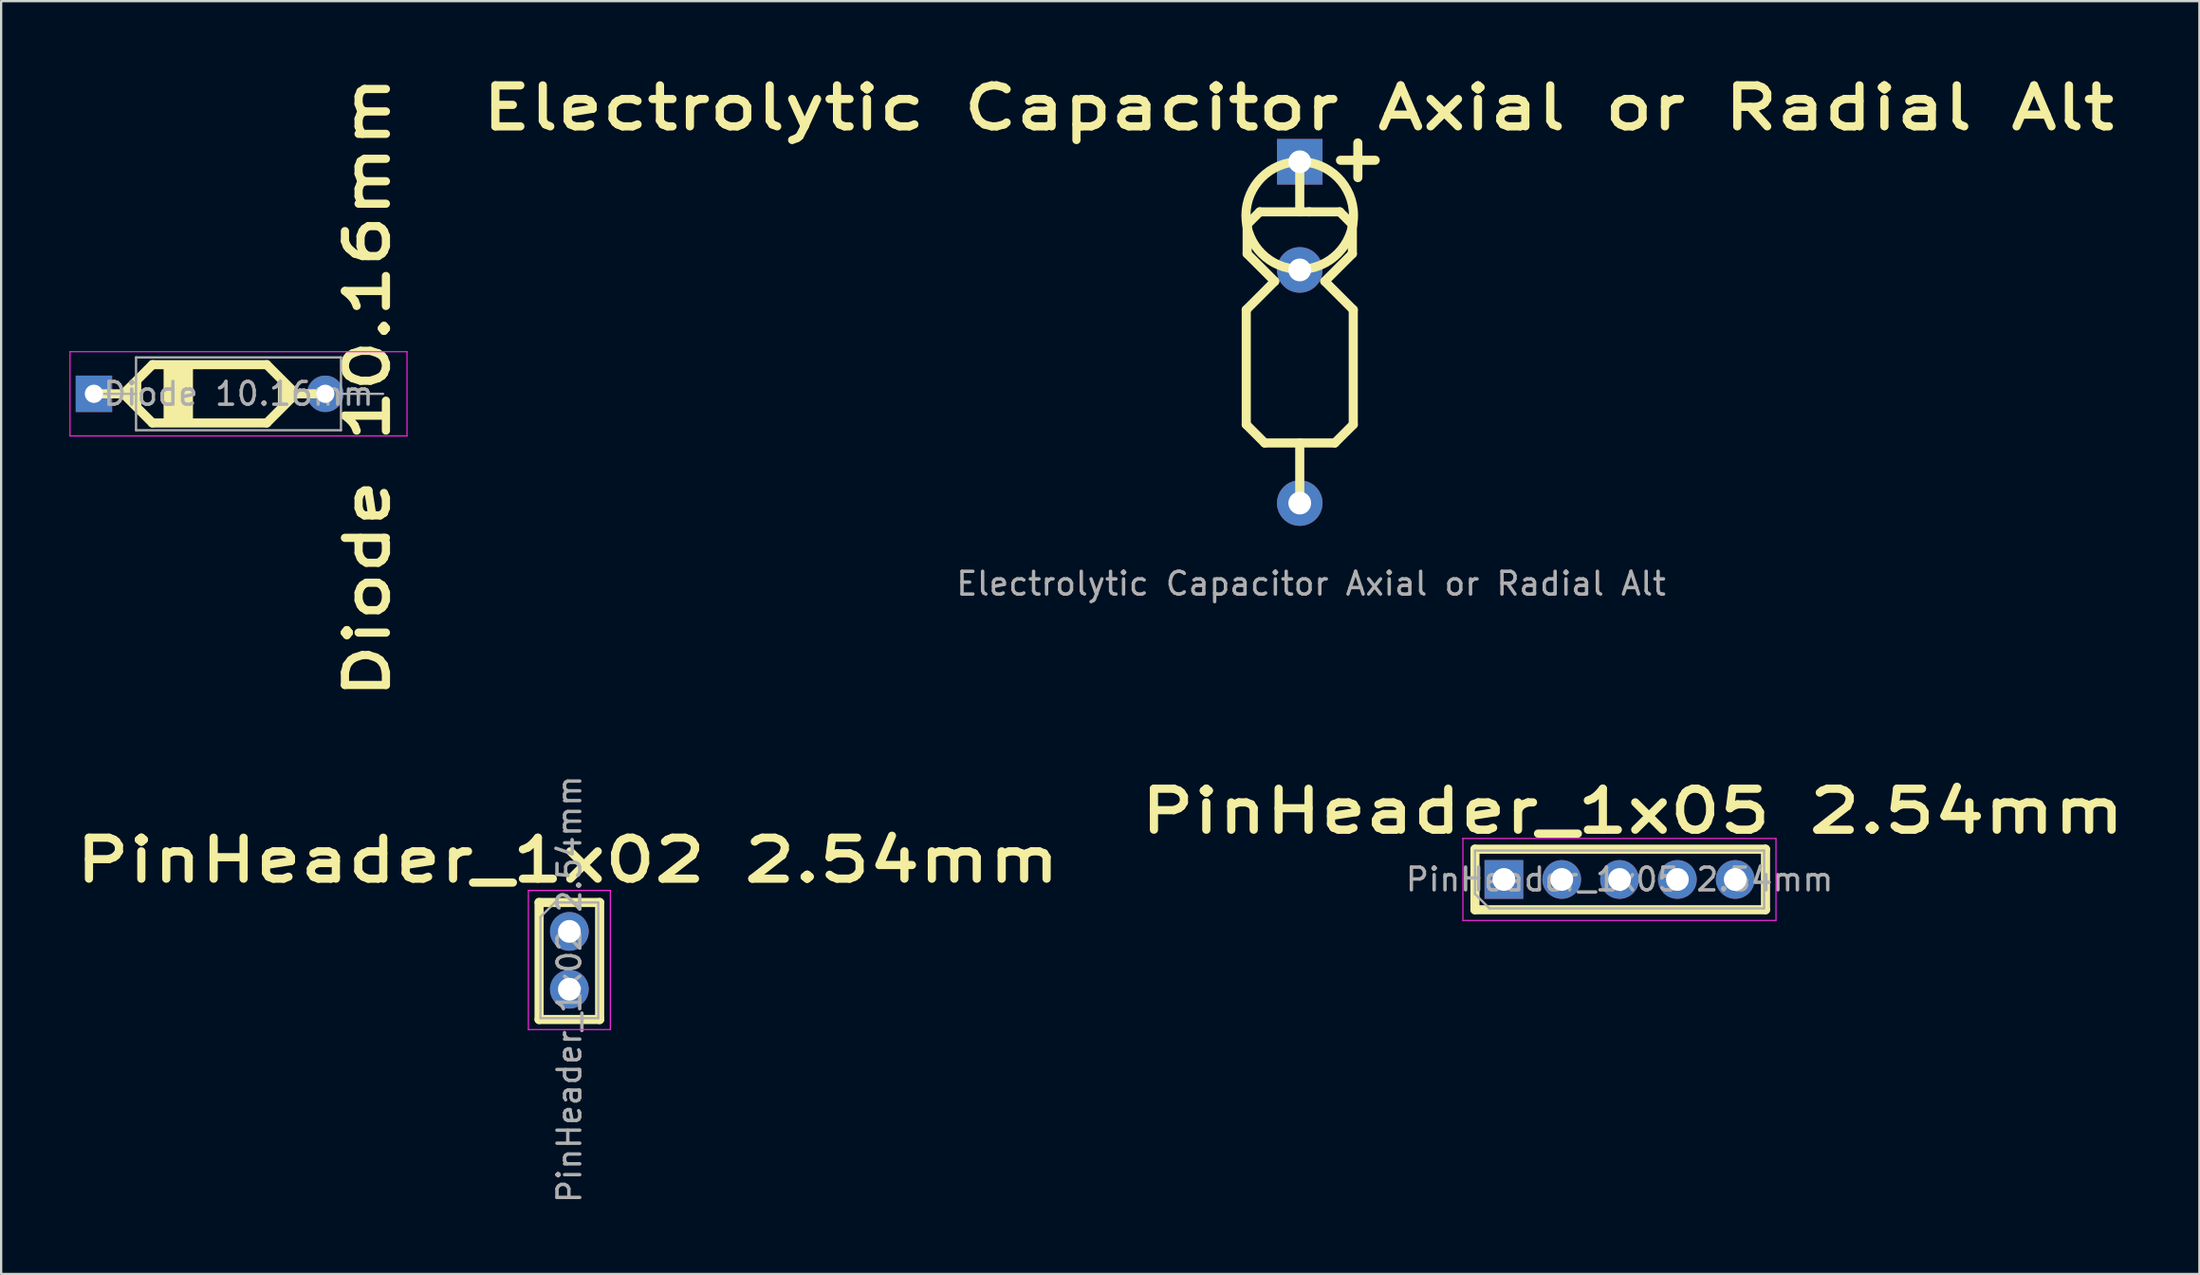
<source format=kicad_pcb>
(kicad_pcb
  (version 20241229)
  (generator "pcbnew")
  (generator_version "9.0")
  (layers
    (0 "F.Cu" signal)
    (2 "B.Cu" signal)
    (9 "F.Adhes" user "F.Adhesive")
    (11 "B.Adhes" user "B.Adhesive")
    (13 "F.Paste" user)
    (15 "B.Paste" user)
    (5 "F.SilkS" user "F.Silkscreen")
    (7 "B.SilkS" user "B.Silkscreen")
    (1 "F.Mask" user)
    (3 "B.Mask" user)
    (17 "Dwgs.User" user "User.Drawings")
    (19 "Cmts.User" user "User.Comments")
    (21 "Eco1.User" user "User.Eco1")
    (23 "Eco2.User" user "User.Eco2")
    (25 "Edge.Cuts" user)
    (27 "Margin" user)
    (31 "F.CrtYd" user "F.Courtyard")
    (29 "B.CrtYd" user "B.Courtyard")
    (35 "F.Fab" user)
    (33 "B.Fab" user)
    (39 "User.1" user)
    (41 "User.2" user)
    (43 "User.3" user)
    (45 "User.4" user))
  (footprint "Diode 10.16mm"
    (layer "F.Cu")
    (at 0.945 14.196)
    (property "Reference" "Diode 10.16mm" (at 12.14 -0.25 270) (layer "F.SilkS") (effects (font (size 1.8 2.3) (thickness 0.36) (bold yes))))
    (attr through_hole)
    (fp_line (start 0.15 0.05) (end 1.42 0.05) (stroke (width 0.4) (type default)) (layer "F.SilkS"))
    (fp_line (start 1.17 0.05) (end 1.86 0.05) (stroke (width 0.12) (type solid)) (layer "F.SilkS"))
    (fp_line (start 1.42 0.05) (end 2.7 -1.23) (stroke (width 0.4) (type default)) (layer "F.SilkS"))
    (fp_line (start 1.42 0.05) (end 2.7 1.33) (stroke (width 0.4) (type default)) (layer "F.SilkS"))
    (fp_line (start 2.7 -1.23) (end 7.72 -1.23) (stroke (width 0.4) (type default)) (layer "F.SilkS"))
    (fp_line (start 2.7 1.33) (end 7.72 1.33) (stroke (width 0.4) (type default)) (layer "F.SilkS"))
    (fp_line (start 9 0.05) (end 7.72 -1.23) (stroke (width 0.4) (type default)) (layer "F.SilkS"))
    (fp_line (start 9 0.05) (end 7.72 1.33) (stroke (width 0.4) (type default)) (layer "F.SilkS"))
    (fp_line (start 10.27 0.05) (end 9 0.05) (stroke (width 0.4) (type default)) (layer "F.SilkS"))
    (fp_rect (start 3.34 -1.22) (end 4.33 1.3) (stroke (width 0.3) (type solid)) (fill yes) (layer "F.SilkS"))
    (fp_poly (pts (xy 1.42 0.05) (xy 2.06 -0.59) (xy 2.06 0.69)) (stroke (width 0.3) (type solid)) (fill yes) (layer "F.SilkS"))
    (fp_poly (pts (xy 9 0.05) (xy 8.36 0.69) (xy 8.36 -0.59)) (stroke (width 0.3) (type solid)) (fill yes) (layer "F.SilkS"))
    (fp_line (start -0.92 -1.8) (end -0.92 1.9) (stroke (width 0.05) (type solid)) (layer "F.CrtYd"))
    (fp_line (start -0.92 1.9) (end 13.88 1.9) (stroke (width 0.05) (type solid)) (layer "F.CrtYd"))
    (fp_line (start 13.88 -1.8) (end -0.92 -1.8) (stroke (width 0.05) (type solid)) (layer "F.CrtYd"))
    (fp_line (start 13.88 1.9) (end 13.88 -1.8) (stroke (width 0.05) (type solid)) (layer "F.CrtYd"))
    (fp_line (start 0.13 0.05) (end 1.98 0.05) (stroke (width 0.1) (type solid)) (layer "F.Fab"))
    (fp_line (start 1.98 -1.55) (end 1.98 1.65) (stroke (width 0.1) (type solid)) (layer "F.Fab"))
    (fp_line (start 1.98 1.65) (end 10.98 1.65) (stroke (width 0.1) (type solid)) (layer "F.Fab"))
    (fp_line (start 10.98 -1.55) (end 1.98 -1.55) (stroke (width 0.1) (type solid)) (layer "F.Fab"))
    (fp_line (start 10.98 1.65) (end 10.98 -1.55) (stroke (width 0.1) (type solid)) (layer "F.Fab"))
    (fp_line (start 12.83 0.05) (end 10.98 0.05) (stroke (width 0.1) (type solid)) (layer "F.Fab"))
    (fp_text user "${REFERENCE}" (at 6.48 0.05 180) (layer "F.Fab") (effects (font (size 1 1) (thickness 0.15))))
    (pad "1" thru_hole rect (at 0.13 0.05) (size 1.6 1.6) (drill 0.8) (layers "*.Cu" "*.Mask"))
    (pad "2" thru_hole oval (at 10.29 0.05) (size 1.6 1.6) (drill 0.8) (layers "*.Cu" "*.Mask")))
  (footprint "PinHeader_1x02 2.54mm"
    (layer "F.Cu")
    (at 21.956 37.857)
    (property "Reference" "PinHeader_1x02 2.54mm" (at -0.07 -3.13 0) (layer "F.SilkS") (effects (font (size 1.8 2.3) (thickness 0.36) (bold yes))))
    (attr through_hole)
    (fp_line (start -1.33 -1.27) (end -1.33 3.87) (stroke (width 0.4) (type solid)) (layer "F.SilkS"))
    (fp_line (start -1.33 -1.27) (end 1.33 -1.27) (stroke (width 0.4) (type solid)) (layer "F.SilkS"))
    (fp_line (start -1.33 3.87) (end 1.33 3.87) (stroke (width 0.4) (type solid)) (layer "F.SilkS"))
    (fp_line (start 1.33 -1.27) (end 1.33 3.87) (stroke (width 0.4) (type solid)) (layer "F.SilkS"))
    (fp_line (start -1.8 -1.8) (end -1.8 4.31) (stroke (width 0.05) (type solid)) (layer "F.CrtYd"))
    (fp_line (start -1.8 4.31) (end 1.8 4.31) (stroke (width 0.05) (type solid)) (layer "F.CrtYd"))
    (fp_line (start 1.8 -1.8) (end -1.8 -1.8) (stroke (width 0.05) (type solid)) (layer "F.CrtYd"))
    (fp_line (start 1.8 4.31) (end 1.8 -1.8) (stroke (width 0.05) (type solid)) (layer "F.CrtYd"))
    (fp_line (start -1.27 -0.635) (end -0.635 -1.27) (stroke (width 0.1) (type solid)) (layer "F.Fab"))
    (fp_line (start -1.27 3.81) (end -1.27 -0.635) (stroke (width 0.1) (type solid)) (layer "F.Fab"))
    (fp_line (start -0.635 -1.27) (end 1.27 -1.27) (stroke (width 0.1) (type solid)) (layer "F.Fab"))
    (fp_line (start 1.27 -1.27) (end 1.27 3.81) (stroke (width 0.1) (type solid)) (layer "F.Fab"))
    (fp_line (start 1.27 3.81) (end -1.27 3.81) (stroke (width 0.1) (type solid)) (layer "F.Fab"))
    (fp_text user "${REFERENCE}" (at 0 2.54 90) (layer "F.Fab") (effects (font (size 1 1) (thickness 0.15))))
    (pad "1" thru_hole circle (at 0 0) (size 1.7 1.7) (drill 1) (layers "*.Cu" "*.Mask"))
    (pad "2" thru_hole oval (at 0 2.54) (size 1.7 1.7) (drill 1) (layers "*.Cu" "*.Mask")))
  (footprint "Electrolytic Capacitor Axial or Radial Alt"
    (layer "F.Cu")
    (at 54.024 4.115)
    (property "Reference" "Electrolytic Capacitor Axial or Radial Alt" (at -0.05 -2.43 0) (layer "F.SilkS") (effects (font (size 1.8 2.3) (thickness 0.36) (bold yes))))
    (attr through_hole)
    (fp_line (start -2.34 6.44) (end -1.09 5.19) (stroke (width 0.4) (type default)) (layer "F.SilkS"))
    (fp_line (start -2.34 11.48) (end -2.34 6.44) (stroke (width 0.4) (type default)) (layer "F.SilkS"))
    (fp_line (start -2.3 2.69) (end -1.75 2.14) (stroke (width 0.4) (type default)) (layer "F.SilkS"))
    (fp_line (start -2.3 3.98) (end -2.3 2.69) (stroke (width 0.4) (type default)) (layer "F.SilkS"))
    (fp_line (start -1.75 2.14) (end 0.44 2.14) (stroke (width 0.4) (type default)) (layer "F.SilkS"))
    (fp_line (start -1.53 12.29) (end -2.34 11.48) (stroke (width 0.4) (type default)) (layer "F.SilkS"))
    (fp_line (start -1.09 5.19) (end -2.3 3.98) (stroke (width 0.4) (type default)) (layer "F.SilkS"))
    (fp_line (start 0.01 -0.06) (end 0.01 2.14) (stroke (width 0.4) (type default)) (layer "F.SilkS"))
    (fp_line (start 0.01 12.29) (end -1.53 12.29) (stroke (width 0.4) (type default)) (layer "F.SilkS"))
    (fp_line (start 0.01 12.29) (end 1.55 12.29) (stroke (width 0.4) (type default)) (layer "F.SilkS"))
    (fp_line (start 0.01 14.93) (end 0.01 12.29) (stroke (width 0.4) (type default)) (layer "F.SilkS"))
    (fp_line (start 1.11 5.19) (end 2.32 3.98) (stroke (width 0.4) (type default)) (layer "F.SilkS"))
    (fp_line (start 1.55 12.29) (end 2.36 11.48) (stroke (width 0.4) (type default)) (layer "F.SilkS"))
    (fp_line (start 1.77 2.14) (end 0.41 2.14) (stroke (width 0.4) (type default)) (layer "F.SilkS"))
    (fp_line (start 2.32 2.69) (end 1.77 2.14) (stroke (width 0.4) (type default)) (layer "F.SilkS"))
    (fp_line (start 2.32 3.98) (end 2.32 2.69) (stroke (width 0.4) (type default)) (layer "F.SilkS"))
    (fp_line (start 2.36 6.44) (end 1.11 5.19) (stroke (width 0.4) (type default)) (layer "F.SilkS"))
    (fp_line (start 2.36 11.48) (end 2.36 6.44) (stroke (width 0.4) (type default)) (layer "F.SilkS"))
    (fp_circle (center 0.008 2.3) (end 2.37 2.3) (stroke (width 0.4) (type default)) (fill no) (layer "F.SilkS"))
    (fp_text user "+" (at 1.06 0.9 0) (unlocked yes) (layer "F.SilkS") (effects (font (size 2 2) (thickness 0.4) (bold yes)) (justify left bottom)))
    (fp_text user "${REFERENCE}" (at 0.51 18.47 0) (layer "F.Fab") (effects (font (size 1 1) (thickness 0.15))))
    (pad "1" thru_hole rect (at 0.01 -0.06) (size 2 2) (drill 1) (layers "*.Cu" "*.Mask"))
    (pad "2" thru_hole circle (at 0.01 4.69) (size 2 2) (drill 1) (layers "*.Cu" "*.Mask"))
    (pad "2" thru_hole circle (at 0.01 14.93) (size 2 2) (drill 1) (layers "*.Cu" "*.Mask")))
  (footprint "PinHeader_1x05 2.54mm"
    (layer "F.Cu")
    (at 62.999 35.556)
    (property "Reference" "PinHeader_1x05 2.54mm" (at 5.66 -2.98 0) (layer "F.SilkS") (effects (font (size 1.8 2.3) (thickness 0.36) (bold yes))))
    (attr through_hole)
    (fp_line (start -1.27 -1.31) (end 11.49 -1.31) (stroke (width 0.4) (type solid)) (layer "F.SilkS"))
    (fp_line (start -1.27 1.35) (end -1.27 -1.31) (stroke (width 0.4) (type solid)) (layer "F.SilkS"))
    (fp_line (start -1.27 1.35) (end 11.49 1.35) (stroke (width 0.4) (type solid)) (layer "F.SilkS"))
    (fp_line (start 11.49 1.35) (end 11.49 -1.31) (stroke (width 0.4) (type solid)) (layer "F.SilkS"))
    (fp_line (start -1.8 -1.78) (end -1.8 1.82) (stroke (width 0.05) (type solid)) (layer "F.CrtYd"))
    (fp_line (start -1.8 1.82) (end 11.95 1.82) (stroke (width 0.05) (type solid)) (layer "F.CrtYd"))
    (fp_line (start 11.95 -1.78) (end -1.8 -1.78) (stroke (width 0.05) (type solid)) (layer "F.CrtYd"))
    (fp_line (start 11.95 1.82) (end 11.95 -1.78) (stroke (width 0.05) (type solid)) (layer "F.CrtYd"))
    (fp_line (start -1.27 -1.25) (end 11.43 -1.25) (stroke (width 0.1) (type solid)) (layer "F.Fab"))
    (fp_line (start -1.27 0.655) (end -1.27 -1.25) (stroke (width 0.1) (type solid)) (layer "F.Fab"))
    (fp_line (start -0.635 1.29) (end -1.27 0.655) (stroke (width 0.1) (type solid)) (layer "F.Fab"))
    (fp_line (start 11.43 -1.25) (end 11.43 1.29) (stroke (width 0.1) (type solid)) (layer "F.Fab"))
    (fp_line (start 11.43 1.29) (end -0.635 1.29) (stroke (width 0.1) (type solid)) (layer "F.Fab"))
    (fp_text user "${REFERENCE}" (at 5.08 0.02 0) (layer "F.Fab") (effects (font (size 1 1) (thickness 0.15))))
    (pad "1" thru_hole rect (at 0 0.02 90) (size 1.7 1.7) (drill 1) (layers "*.Cu" "*.Mask"))
    (pad "2" thru_hole oval (at 2.54 0.02 90) (size 1.7 1.7) (drill 1) (layers "*.Cu" "*.Mask"))
    (pad "3" thru_hole oval (at 5.08 0.02 90) (size 1.7 1.7) (drill 1) (layers "*.Cu" "*.Mask"))
    (pad "4" thru_hole oval (at 7.62 0.02 90) (size 1.7 1.7) (drill 1) (layers "*.Cu" "*.Mask"))
    (pad "5" thru_hole oval (at 10.16 0.02 90) (size 1.7 1.7) (drill 1) (layers "*.Cu" "*.Mask")))
  (gr_rect
    (start -3 -3)
    (end 93.545 52.903)
    (stroke (width 0.1) (type default))
    (fill no)
    (layer "Edge.Cuts")))
</source>
